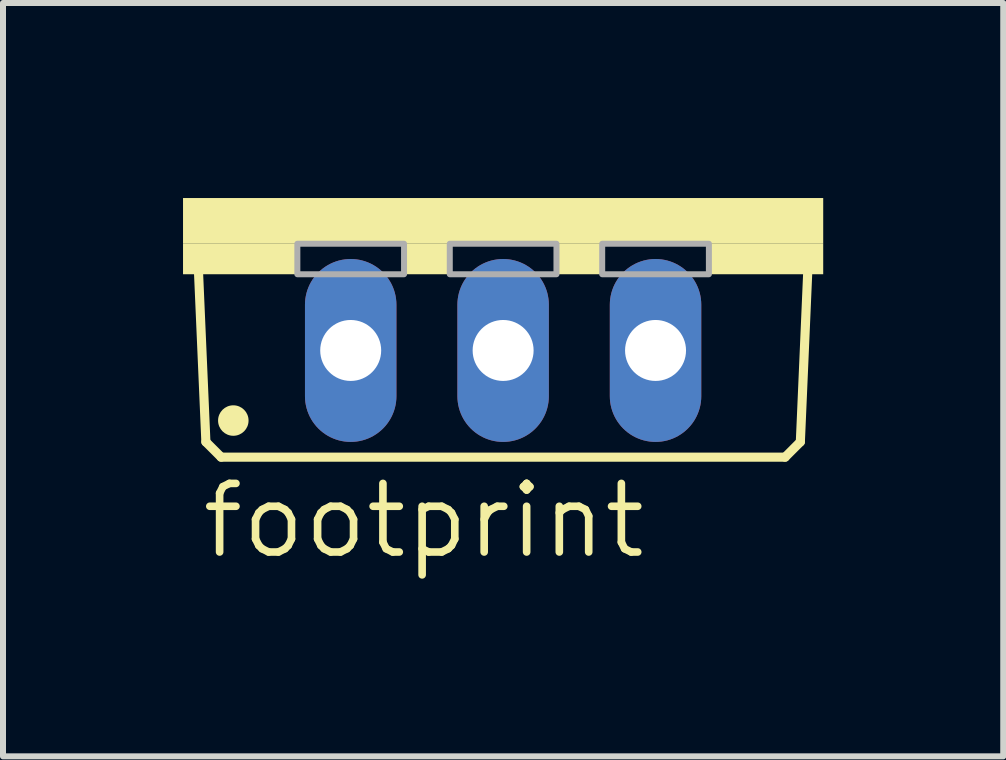
<source format=kicad_pcb>
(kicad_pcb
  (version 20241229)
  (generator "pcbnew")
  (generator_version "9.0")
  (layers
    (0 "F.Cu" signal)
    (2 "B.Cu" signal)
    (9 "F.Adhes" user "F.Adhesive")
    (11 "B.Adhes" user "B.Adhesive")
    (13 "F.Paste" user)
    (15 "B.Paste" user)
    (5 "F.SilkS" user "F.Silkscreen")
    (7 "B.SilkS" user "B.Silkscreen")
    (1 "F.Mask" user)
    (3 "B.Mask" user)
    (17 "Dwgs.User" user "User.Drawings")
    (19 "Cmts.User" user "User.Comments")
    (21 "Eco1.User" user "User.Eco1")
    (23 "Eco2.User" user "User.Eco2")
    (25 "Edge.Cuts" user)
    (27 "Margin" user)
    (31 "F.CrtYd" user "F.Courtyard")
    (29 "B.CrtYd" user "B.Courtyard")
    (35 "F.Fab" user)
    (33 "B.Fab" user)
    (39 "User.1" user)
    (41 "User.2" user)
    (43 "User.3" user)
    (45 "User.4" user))
  (footprint "footprint"
    (layer "F.Cu")
    (at 5.334 0.25)
    (property "Reference" "footprint" (at -5.08 6.045 0) (layer "F.SilkS") (effects (font (size 1.143 1.143) (thickness 0.127)) (justify left bottom)))
    (fp_line (start -4.953 4.064) (end -5.08 1.143) (stroke (width 0.152) (type solid)) (layer "F.SilkS"))
    (fp_line (start -4.953 4.064) (end -4.699 4.318) (stroke (width 0.152) (type solid)) (layer "F.SilkS"))
    (fp_line (start 4.699 4.318) (end -4.699 4.318) (stroke (width 0.152) (type solid)) (layer "F.SilkS"))
    (fp_line (start 4.699 4.318) (end 4.953 4.064) (stroke (width 0.152) (type solid)) (layer "F.SilkS"))
    (fp_line (start 5.08 1.143) (end 4.953 4.064) (stroke (width 0.152) (type solid)) (layer "F.SilkS"))
    (fp_circle (center -4.496 3.708) (end -4.369 3.708) (stroke (width 0.254) (type solid)) (fill yes) (layer "F.SilkS"))
    (fp_poly (pts (xy -5.334 0.762) (xy 5.334 0.762) (xy 5.334 0) (xy -5.334 0)) (stroke (width 0) (type solid)) (fill yes) (layer "F.SilkS"))
    (fp_poly (pts (xy -5.334 1.27) (xy -3.429 1.27) (xy -3.429 0.762) (xy -5.334 0.762)) (stroke (width 0) (type solid)) (fill yes) (layer "F.SilkS"))
    (fp_poly (pts (xy -1.651 1.27) (xy -0.889 1.27) (xy -0.889 0.762) (xy -1.651 0.762)) (stroke (width 0) (type solid)) (fill yes) (layer "F.SilkS"))
    (fp_poly (pts (xy 0.889 1.27) (xy 1.651 1.27) (xy 1.651 0.762) (xy 0.889 0.762)) (stroke (width 0) (type solid)) (fill yes) (layer "F.SilkS"))
    (fp_poly (pts (xy 3.429 1.27) (xy 5.334 1.27) (xy 5.334 0.762) (xy 3.429 0.762)) (stroke (width 0) (type solid)) (fill yes) (layer "F.SilkS"))
    (fp_poly (pts (xy -3.429 1.27) (xy -1.651 1.27) (xy -1.651 0.762) (xy -3.429 0.762)) (stroke (width 0.1) (type solid)) (fill no) (layer "F.Fab"))
    (fp_poly (pts (xy -0.889 1.27) (xy 0.889 1.27) (xy 0.889 0.762) (xy -0.889 0.762)) (stroke (width 0.1) (type solid)) (fill no) (layer "F.Fab"))
    (fp_poly (pts (xy 1.651 1.27) (xy 3.429 1.27) (xy 3.429 0.762) (xy 1.651 0.762)) (stroke (width 0.1) (type solid)) (fill no) (layer "F.Fab"))
    (pad "A1" thru_hole oval (at -2.54 2.54 90) (size 3.048 1.524) (drill 1.016) (layers "*.Cu" "*.Mask"))
    (pad "A2" thru_hole oval (at 2.54 2.54 90) (size 3.048 1.524) (drill 1.016) (layers "*.Cu" "*.Mask"))
    (pad "C" thru_hole oval (at 0 2.54 90) (size 3.048 1.524) (drill 1.016) (layers "*.Cu" "*.Mask")))
  (gr_rect
    (start -3 -3)
    (end 13.668 9.554)
    (stroke (width 0.1) (type default))
    (fill no)
    (layer "Edge.Cuts")))
</source>
